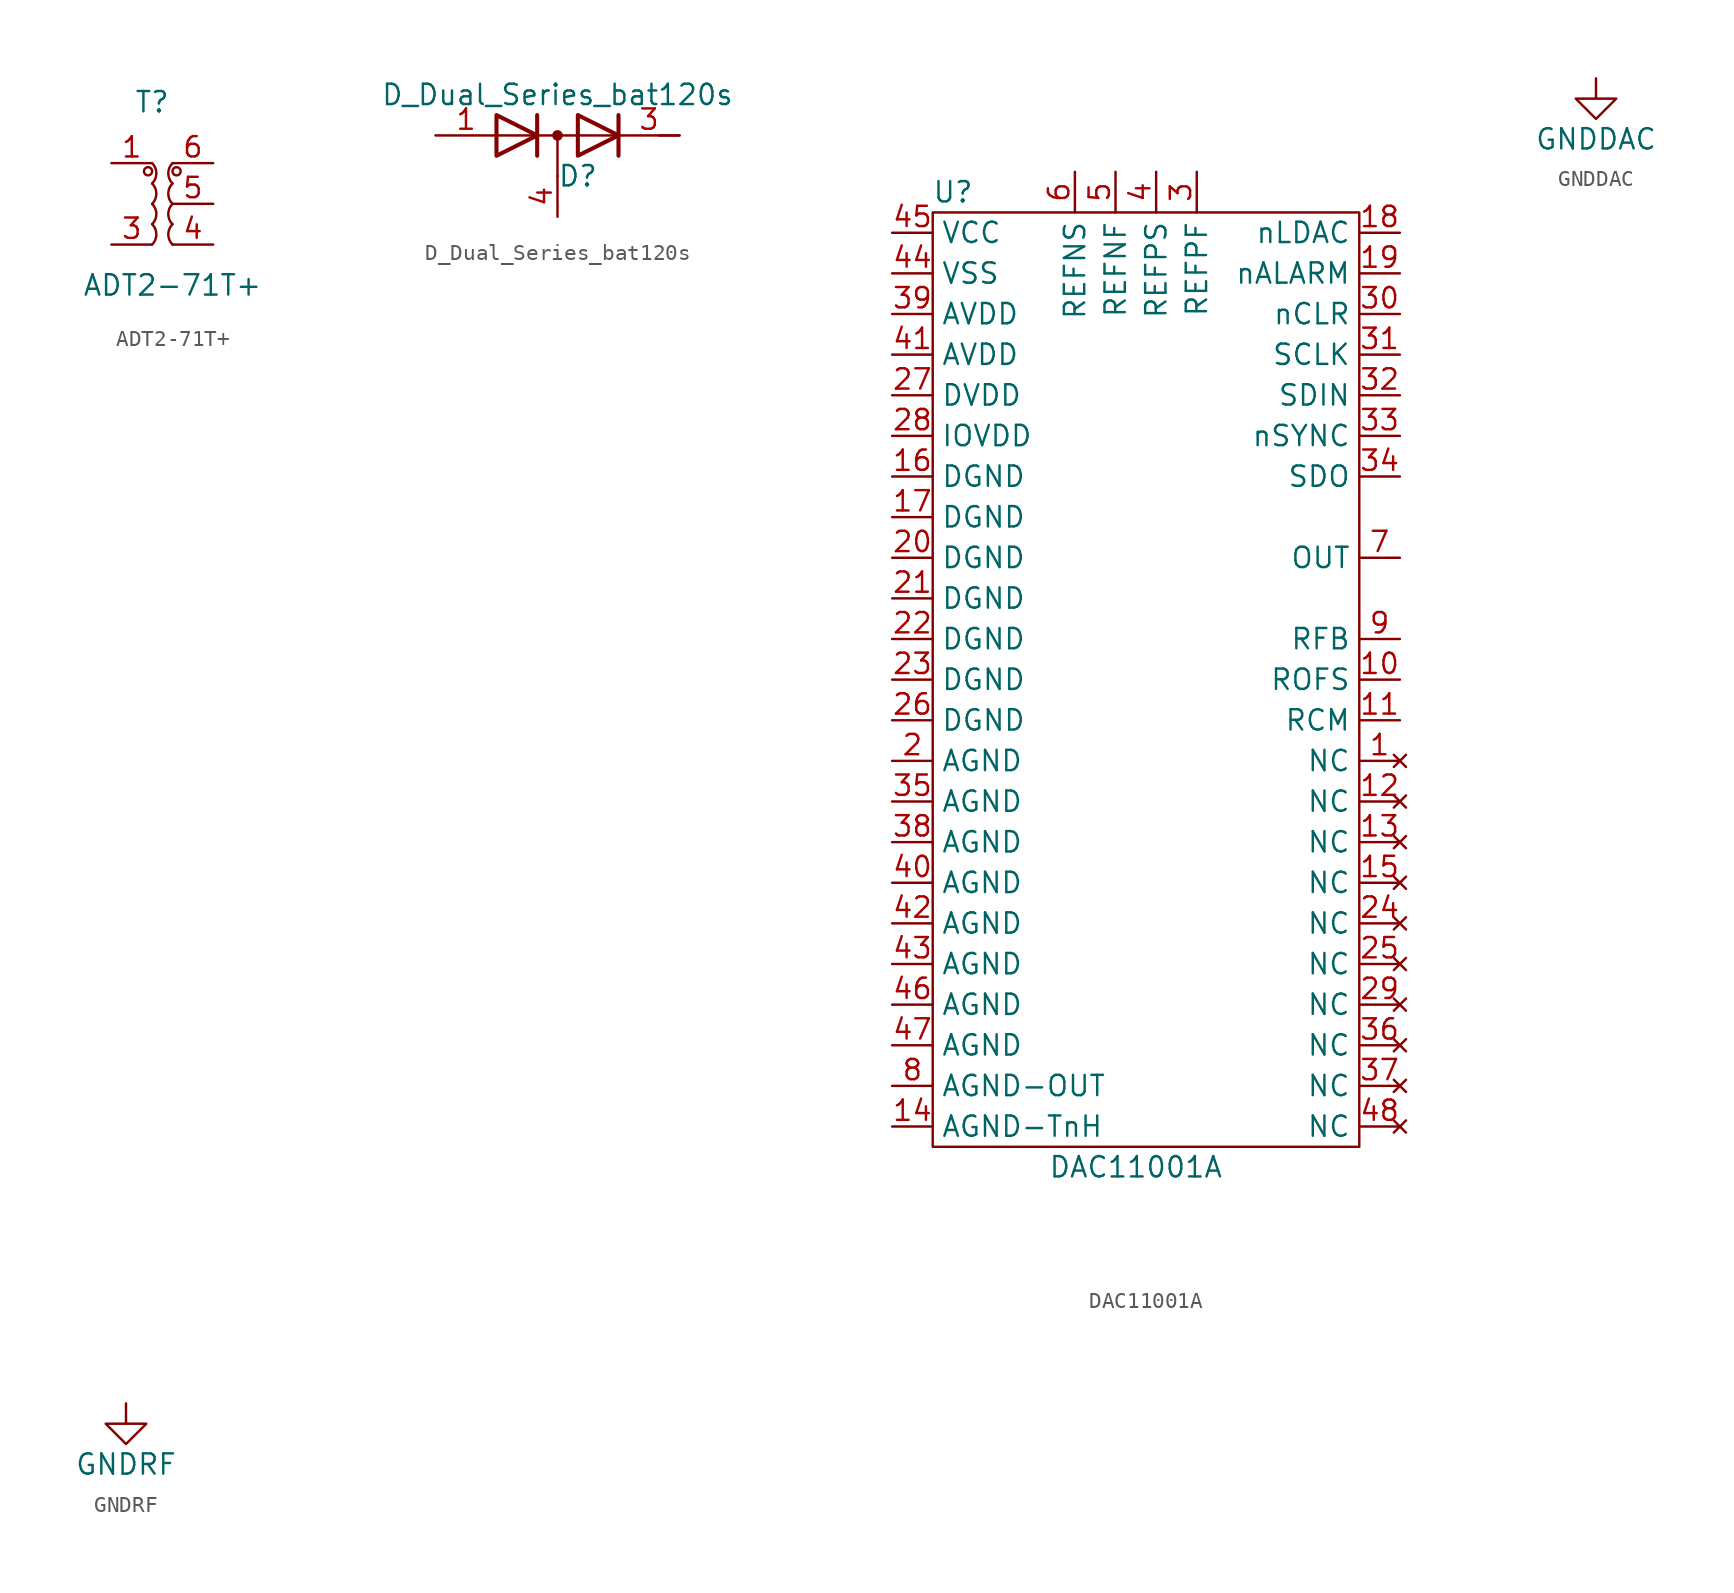
<source format=kicad_sym>
(kicad_symbol_lib
  (version 20211014)
  (generator kicad_symbol_editor)
  (symbol "ADT2-71T+"
    (property "Reference" "T"
      (at -1.27 6.35 0)
      (effects (font (size 1.27 1.27))))
    (property "Value" "ADT2-71T+"
      (at 0 -5.08 0)
      (effects (font (size 1.27 1.27))))
    (symbol "ADT2-71T+_0_1"
      (circle (center -1.524 2.032) (radius 0.254) (stroke (width 0.152) (type default) (color 0 0 0 0)) (fill (type none)))
      (arc (start -1.27 -2.54) (mid -1.007 -1.905) (end -1.27 -1.27) (stroke (width 0.1524) (type default) (color 0 0 0 0)) (fill (type none)))
      (arc (start -1.27 -1.27) (mid -1.007 -0.635) (end -1.27 0) (stroke (width 0.1524) (type default) (color 0 0 0 0)) (fill (type none)))
      (arc (start -1.27 0) (mid -1.007 0.635) (end -1.27 1.27) (stroke (width 0.1524) (type default) (color 0 0 0 0)) (fill (type none)))
      (arc (start -1.27 1.27) (mid -1.007 1.905) (end -1.27 2.54) (stroke (width 0.1524) (type default) (color 0 0 0 0)) (fill (type none)))
      (arc (start 0 -1.27) (mid -0.263 -1.905) (end 0 -2.54) (stroke (width 0.1524) (type default) (color 0 0 0 0)) (fill (type none)))
      (arc (start 0 0) (mid -0.263 -0.635) (end 0 -1.27) (stroke (width 0.1524) (type default) (color 0 0 0 0)) (fill (type none)))
      (arc (start 0 1.27) (mid -0.263 0.635) (end 0 0) (stroke (width 0.1524) (type default) (color 0 0 0 0)) (fill (type none)))
      (arc (start 0 2.54) (mid -0.263 1.905) (end 0 1.27) (stroke (width 0.1524) (type default) (color 0 0 0 0)) (fill (type none)))
      (circle (center 0.254 2.032) (radius 0.254) (stroke (width 0.152) (type default) (color 0 0 0 0)) (fill (type none))))
    (symbol "ADT2-71T+_1_1"
      (pin passive line (at -3.81 2.54 0) (length 2.54) (name "" (effects (font (size 1.27 1.27)))) (number "1" (effects (font (size 1.27 1.27)))))
      (pin no_connect line (at -3.81 0 0) (length 2.54) hide (name "" (effects (font (size 1.27 1.27)))) (number "2" (effects (font (size 1.27 1.27)))))
      (pin passive line (at -3.81 -2.54 0) (length 2.54) (name "" (effects (font (size 1.27 1.27)))) (number "3" (effects (font (size 1.27 1.27)))))
      (pin passive line (at 2.54 -2.54 180) (length 2.54) (name "" (effects (font (size 1.27 1.27)))) (number "4" (effects (font (size 1.27 1.27)))))
      (pin passive line (at 2.54 0 180) (length 2.54) (name "" (effects (font (size 1.27 1.27)))) (number "5" (effects (font (size 1.27 1.27)))))
      (pin passive line (at 2.54 2.54 180) (length 2.54) (name "" (effects (font (size 1.27 1.27)))) (number "6" (effects (font (size 1.27 1.27)))))))
  (symbol "D_Dual_Series_bat120s"
    (pin_names
      (offset 0.762) hide)
    (property "Reference" "D"
      (at 1.27 -2.54 0)
      (effects (font (size 1.27 1.27))))
    (property "Value" "D_Dual_Series_bat120s"
      (at 0 2.54 0)
      (effects (font (size 1.27 1.27))))
    (symbol "D_Dual_Series_bat120s_0_1"
      (polyline (pts (xy 0 0) (xy 0 -2.54)) (stroke (width 0) (type default) (color 0 0 0 0)) (fill (type none)))
      (polyline (pts (xy 3.81 0) (xy -3.81 0)) (stroke (width 0) (type default) (color 0 0 0 0)) (fill (type none)))
      (polyline (pts (xy 6.35 0) (xy 7.62 0)) (stroke (width 0) (type default) (color 0 0 0 0)) (fill (type none)))
      (polyline (pts (xy -1.27 -1.27) (xy -1.27 1.27) (xy -1.27 1.27)) (stroke (width 0.254) (type default) (color 0 0 0 0)) (fill (type none)))
      (polyline (pts (xy 3.81 1.27) (xy 3.81 -1.27) (xy 3.81 -1.27)) (stroke (width 0.254) (type default) (color 0 0 0 0)) (fill (type none)))
      (polyline (pts (xy -3.81 1.27) (xy -1.27 0) (xy -3.81 -1.27) (xy -3.81 1.27) (xy -3.81 1.27) (xy -3.81 1.27)) (stroke (width 0.254) (type default) (color 0 0 0 0)) (fill (type none)))
      (polyline (pts (xy 1.27 1.27) (xy 3.81 0) (xy 1.27 -1.27) (xy 1.27 1.27) (xy 1.27 1.27) (xy 1.27 1.27)) (stroke (width 0.254) (type default) (color 0 0 0 0)) (fill (type none)))
      (circle (center 0 0) (radius 0.254) (stroke (width 0) (type default) (color 0 0 0 0)) (fill (type outline)))
      (pin passive line (at -7.62 0 0) (length 3.81) (name "A" (effects (font (size 1.27 1.27)))) (number "1" (effects (font (size 1.27 1.27)))))
      (pin passive line (at 7.62 0 180) (length 3.81) (name "K" (effects (font (size 1.27 1.27)))) (number "3" (effects (font (size 1.27 1.27)))))
      (pin passive line (at 0 -5.08 90) (length 2.54) (name "common" (effects (font (size 1.27 1.27)))) (number "4" (effects (font (size 1.27 1.27)))))))
  (symbol "DAC11001A"
    (property "Reference" "U"
      (at -11.43 22.86 0)
      (effects (font (size 1.27 1.27))))
    (property "Value" "DAC11001A"
      (at 0 -38.1 0)
      (effects (font (size 1.27 1.27))))
    (symbol "DAC11001A_0_1"
      (rectangle (start -12.7 21.59) (end 13.97 -36.83) (stroke (width 0.152) (type default) (color 0 0 0 0)) (fill (type none))))
    (symbol "DAC11001A_1_1"
      (pin no_connect line (at 16.51 -12.7 180) (length 2.54) (name "NC" (effects (font (size 1.27 1.27)))) (number "1" (effects (font (size 1.27 1.27)))))
      (pin input line (at 16.51 -7.62 180) (length 2.54) (name "ROFS" (effects (font (size 1.27 1.27)))) (number "10" (effects (font (size 1.27 1.27)))))
      (pin input line (at 16.51 -10.16 180) (length 2.54) (name "RCM" (effects (font (size 1.27 1.27)))) (number "11" (effects (font (size 1.27 1.27)))))
      (pin no_connect line (at 16.51 -15.24 180) (length 2.54) (name "NC" (effects (font (size 1.27 1.27)))) (number "12" (effects (font (size 1.27 1.27)))))
      (pin no_connect line (at 16.51 -17.78 180) (length 2.54) (name "NC" (effects (font (size 1.27 1.27)))) (number "13" (effects (font (size 1.27 1.27)))))
      (pin input line (at -15.24 -35.56 0) (length 2.54) (name "AGND-TnH" (effects (font (size 1.27 1.27)))) (number "14" (effects (font (size 1.27 1.27)))))
      (pin no_connect line (at 16.51 -20.32 180) (length 2.54) (name "NC" (effects (font (size 1.27 1.27)))) (number "15" (effects (font (size 1.27 1.27)))))
      (pin power_in line (at -15.24 5.08 0) (length 2.54) (name "DGND" (effects (font (size 1.27 1.27)))) (number "16" (effects (font (size 1.27 1.27)))))
      (pin power_in line (at -15.24 2.54 0) (length 2.54) (name "DGND" (effects (font (size 1.27 1.27)))) (number "17" (effects (font (size 1.27 1.27)))))
      (pin input line (at 16.51 20.32 180) (length 2.54) (name "nLDAC" (effects (font (size 1.27 1.27)))) (number "18" (effects (font (size 1.27 1.27)))))
      (pin output line (at 16.51 17.78 180) (length 2.54) (name "nALARM" (effects (font (size 1.27 1.27)))) (number "19" (effects (font (size 1.27 1.27)))))
      (pin power_in line (at -15.24 -12.7 0) (length 2.54) (name "AGND" (effects (font (size 1.27 1.27)))) (number "2" (effects (font (size 1.27 1.27)))))
      (pin power_in line (at -15.24 0 0) (length 2.54) (name "DGND" (effects (font (size 1.27 1.27)))) (number "20" (effects (font (size 1.27 1.27)))))
      (pin power_in line (at -15.24 -2.54 0) (length 2.54) (name "DGND" (effects (font (size 1.27 1.27)))) (number "21" (effects (font (size 1.27 1.27)))))
      (pin power_in line (at -15.24 -5.08 0) (length 2.54) (name "DGND" (effects (font (size 1.27 1.27)))) (number "22" (effects (font (size 1.27 1.27)))))
      (pin power_in line (at -15.24 -7.62 0) (length 2.54) (name "DGND" (effects (font (size 1.27 1.27)))) (number "23" (effects (font (size 1.27 1.27)))))
      (pin no_connect line (at 16.51 -22.86 180) (length 2.54) (name "NC" (effects (font (size 1.27 1.27)))) (number "24" (effects (font (size 1.27 1.27)))))
      (pin no_connect line (at 16.51 -25.4 180) (length 2.54) (name "NC" (effects (font (size 1.27 1.27)))) (number "25" (effects (font (size 1.27 1.27)))))
      (pin power_in line (at -15.24 -10.16 0) (length 2.54) (name "DGND" (effects (font (size 1.27 1.27)))) (number "26" (effects (font (size 1.27 1.27)))))
      (pin power_in line (at -15.24 10.16 0) (length 2.54) (name "DVDD" (effects (font (size 1.27 1.27)))) (number "27" (effects (font (size 1.27 1.27)))))
      (pin power_in line (at -15.24 7.62 0) (length 2.54) (name "IOVDD" (effects (font (size 1.27 1.27)))) (number "28" (effects (font (size 1.27 1.27)))))
      (pin no_connect line (at 16.51 -27.94 180) (length 2.54) (name "NC" (effects (font (size 1.27 1.27)))) (number "29" (effects (font (size 1.27 1.27)))))
      (pin passive line (at 3.81 24.13 270) (length 2.54) (name "REFPF" (effects (font (size 1.27 1.27)))) (number "3" (effects (font (size 1.27 1.27)))))
      (pin input line (at 16.51 15.24 180) (length 2.54) (name "nCLR" (effects (font (size 1.27 1.27)))) (number "30" (effects (font (size 1.27 1.27)))))
      (pin input line (at 16.51 12.7 180) (length 2.54) (name "SCLK" (effects (font (size 1.27 1.27)))) (number "31" (effects (font (size 1.27 1.27)))))
      (pin input line (at 16.51 10.16 180) (length 2.54) (name "SDIN" (effects (font (size 1.27 1.27)))) (number "32" (effects (font (size 1.27 1.27)))))
      (pin input line (at 16.51 7.62 180) (length 2.54) (name "nSYNC" (effects (font (size 1.27 1.27)))) (number "33" (effects (font (size 1.27 1.27)))))
      (pin output line (at 16.51 5.08 180) (length 2.54) (name "SDO" (effects (font (size 1.27 1.27)))) (number "34" (effects (font (size 1.27 1.27)))))
      (pin power_in line (at -15.24 -15.24 0) (length 2.54) (name "AGND" (effects (font (size 1.27 1.27)))) (number "35" (effects (font (size 1.27 1.27)))))
      (pin no_connect line (at 16.51 -30.48 180) (length 2.54) (name "NC" (effects (font (size 1.27 1.27)))) (number "36" (effects (font (size 1.27 1.27)))))
      (pin no_connect line (at 16.51 -33.02 180) (length 2.54) (name "NC" (effects (font (size 1.27 1.27)))) (number "37" (effects (font (size 1.27 1.27)))))
      (pin power_in line (at -15.24 -17.78 0) (length 2.54) (name "AGND" (effects (font (size 1.27 1.27)))) (number "38" (effects (font (size 1.27 1.27)))))
      (pin power_in line (at -15.24 15.24 0) (length 2.54) (name "AVDD" (effects (font (size 1.27 1.27)))) (number "39" (effects (font (size 1.27 1.27)))))
      (pin passive line (at 1.27 24.13 270) (length 2.54) (name "REFPS" (effects (font (size 1.27 1.27)))) (number "4" (effects (font (size 1.27 1.27)))))
      (pin power_in line (at -15.24 -20.32 0) (length 2.54) (name "AGND" (effects (font (size 1.27 1.27)))) (number "40" (effects (font (size 1.27 1.27)))))
      (pin power_in line (at -15.24 12.7 0) (length 2.54) (name "AVDD" (effects (font (size 1.27 1.27)))) (number "41" (effects (font (size 1.27 1.27)))))
      (pin power_in line (at -15.24 -22.86 0) (length 2.54) (name "AGND" (effects (font (size 1.27 1.27)))) (number "42" (effects (font (size 1.27 1.27)))))
      (pin power_in line (at -15.24 -25.4 0) (length 2.54) (name "AGND" (effects (font (size 1.27 1.27)))) (number "43" (effects (font (size 1.27 1.27)))))
      (pin power_in line (at -15.24 17.78 0) (length 2.54) (name "VSS" (effects (font (size 1.27 1.27)))) (number "44" (effects (font (size 1.27 1.27)))))
      (pin power_in line (at -15.24 20.32 0) (length 2.54) (name "VCC" (effects (font (size 1.27 1.27)))) (number "45" (effects (font (size 1.27 1.27)))))
      (pin power_in line (at -15.24 -27.94 0) (length 2.54) (name "AGND" (effects (font (size 1.27 1.27)))) (number "46" (effects (font (size 1.27 1.27)))))
      (pin power_in line (at -15.24 -30.48 0) (length 2.54) (name "AGND" (effects (font (size 1.27 1.27)))) (number "47" (effects (font (size 1.27 1.27)))))
      (pin no_connect line (at 16.51 -35.56 180) (length 2.54) (name "NC" (effects (font (size 1.27 1.27)))) (number "48" (effects (font (size 1.27 1.27)))))
      (pin passive line (at -1.27 24.13 270) (length 2.54) (name "REFNF" (effects (font (size 1.27 1.27)))) (number "5" (effects (font (size 1.27 1.27)))))
      (pin passive line (at -3.81 24.13 270) (length 2.54) (name "REFNS" (effects (font (size 1.27 1.27)))) (number "6" (effects (font (size 1.27 1.27)))))
      (pin output line (at 16.51 0 180) (length 2.54) (name "OUT" (effects (font (size 1.27 1.27)))) (number "7" (effects (font (size 1.27 1.27)))))
      (pin power_in line (at -15.24 -33.02 0) (length 2.54) (name "AGND-OUT" (effects (font (size 1.27 1.27)))) (number "8" (effects (font (size 1.27 1.27)))))
      (pin input line (at 16.51 -5.08 180) (length 2.54) (name "RFB" (effects (font (size 1.27 1.27)))) (number "9" (effects (font (size 1.27 1.27)))))))
  (symbol "GNDDAC"
    (power)
    (pin_names
      (offset 0))
    (property "Reference" "#PWR"
      (at 0 -6.35 0)
      (effects (font (size 1.27 1.27)) hide))
    (property "Value" "GNDDAC"
      (at 0 -3.81 0)
      (effects (font (size 1.27 1.27))))
    (symbol "GNDDAC_0_1"
      (polyline (pts (xy 0 0) (xy 0 -1.27) (xy 1.27 -1.27) (xy 0 -2.54) (xy -1.27 -1.27) (xy 0 -1.27)) (stroke (width 0) (type default) (color 0 0 0 0)) (fill (type none))))
    (symbol "GNDDAC_1_1"
      (pin power_in line (at 0 0 270) (length 0) hide (name "GNDDAC" (effects (font (size 1.27 1.27)))) (number "1" (effects (font (size 1.27 1.27)))))))
  (symbol "GNDRF"
    (power)
    (pin_names
      (offset 0))
    (property "Reference" "#PWR"
      (at 0 -6.35 0)
      (effects (font (size 1.27 1.27)) hide))
    (property "Value" "GNDRF"
      (at 0 -3.81 0)
      (effects (font (size 1.27 1.27))))
    (symbol "GNDRF_0_1"
      (polyline (pts (xy 0 0) (xy 0 -1.27) (xy 1.27 -1.27) (xy 0 -2.54) (xy -1.27 -1.27) (xy 0 -1.27)) (stroke (width 0) (type default) (color 0 0 0 0)) (fill (type none))))
    (symbol "GNDRF_1_1"
      (pin power_in line (at 0 0 270) (length 0) hide (name "GNDRF" (effects (font (size 1.27 1.27)))) (number "1" (effects (font (size 1.27 1.27))))))))
</source>
